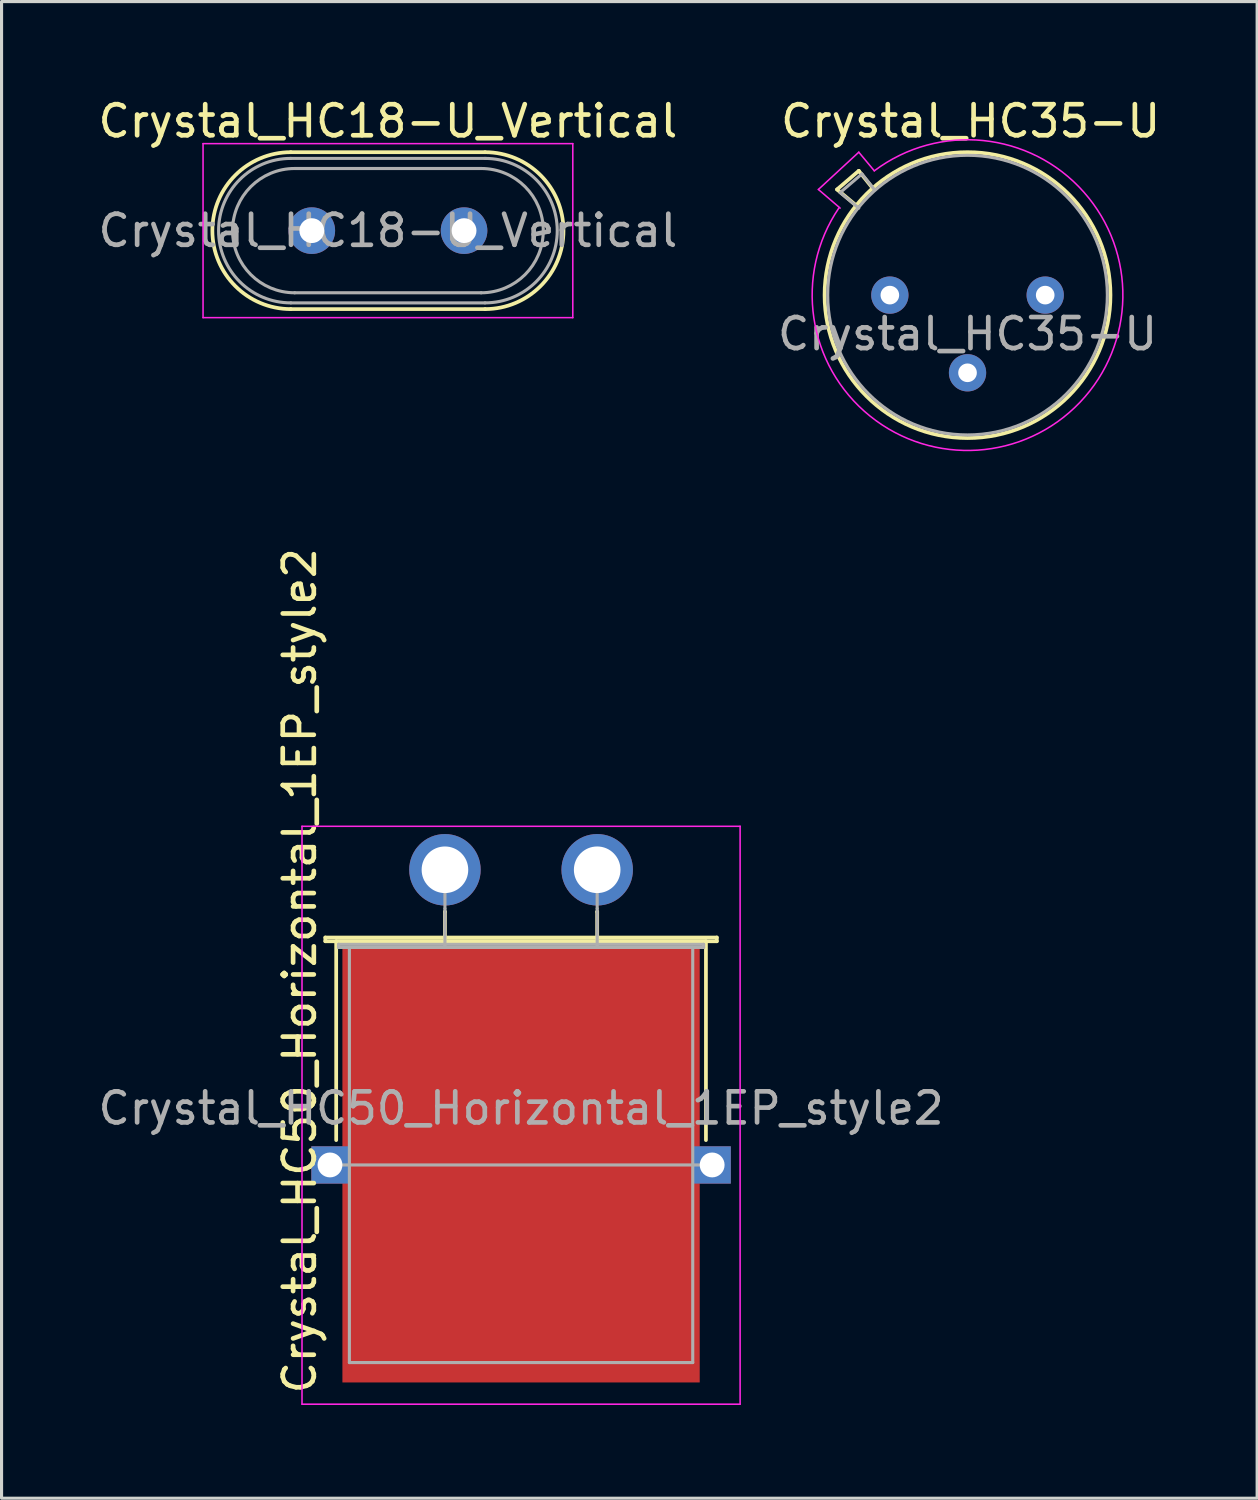
<source format=kicad_pcb>
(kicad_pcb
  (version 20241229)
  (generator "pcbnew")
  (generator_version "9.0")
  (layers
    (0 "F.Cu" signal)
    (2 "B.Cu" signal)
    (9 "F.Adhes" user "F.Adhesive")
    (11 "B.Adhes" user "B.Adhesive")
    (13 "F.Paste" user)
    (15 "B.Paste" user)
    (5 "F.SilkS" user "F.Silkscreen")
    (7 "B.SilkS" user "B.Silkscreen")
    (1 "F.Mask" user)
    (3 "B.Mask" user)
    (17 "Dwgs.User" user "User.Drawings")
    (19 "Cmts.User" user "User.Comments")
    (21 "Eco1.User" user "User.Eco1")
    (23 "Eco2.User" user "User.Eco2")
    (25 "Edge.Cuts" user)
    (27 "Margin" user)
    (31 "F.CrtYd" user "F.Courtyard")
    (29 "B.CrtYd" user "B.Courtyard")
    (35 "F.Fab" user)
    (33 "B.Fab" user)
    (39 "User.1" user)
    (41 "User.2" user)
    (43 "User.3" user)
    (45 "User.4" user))
  (footprint "Crystal_HC35-U"
    (layer "F.Cu")
    (at 25.589 6.448)
    (property "Reference" "Crystal_HC35-U" (at 2.6 -5.6 0) (layer "F.SilkS") (effects (font (size 1 1) (thickness 0.15))))
    (attr through_hole)
    (fp_line (start -1.7 -3.4) (end -1 -4) (stroke (width 0.12) (type solid)) (layer "F.SilkS"))
    (fp_line (start -1.1 -2.9) (end -1.7 -3.4) (stroke (width 0.12) (type solid)) (layer "F.SilkS"))
    (fp_line (start -1 -4) (end -0.6 -3.5) (stroke (width 0.12) (type solid)) (layer "F.SilkS"))
    (fp_circle (center 2.5 0) (end 7.1 0) (stroke (width 0.12) (type solid)) (fill no) (layer "F.SilkS"))
    (fp_line (start -2.3 -3.4) (end -1 -4.6) (stroke (width 0.05) (type solid)) (layer "F.CrtYd"))
    (fp_line (start -1.6 -2.8) (end -2.3 -3.4) (stroke (width 0.05) (type solid)) (layer "F.CrtYd"))
    (fp_line (start -1 -4.6) (end -0.5 -4) (stroke (width 0.05) (type solid)) (layer "F.CrtYd"))
    (fp_arc (start -0.5 -4) (mid 6.119047 3.45) (end -1.638828 -2.80537) (stroke (width 0.05) (type solid)) (layer "F.CrtYd"))
    (fp_line (start -1.6 -3.3) (end -0.9 -3.9) (stroke (width 0.1) (type solid)) (layer "F.Fab"))
    (fp_line (start -1 -2.8) (end -1.6 -3.3) (stroke (width 0.1) (type solid)) (layer "F.Fab"))
    (fp_line (start -0.9 -3.9) (end -0.5 -3.4) (stroke (width 0.1) (type solid)) (layer "F.Fab"))
    (fp_circle (center 2.5 0) (end 7 0) (stroke (width 0.1) (type solid)) (fill no) (layer "F.Fab"))
    (fp_text user "${REFERENCE}" (at 2.5 1.25 0) (layer "F.Fab") (effects (font (size 1 1) (thickness 0.15))))
    (pad "1" thru_hole circle (at 0 0) (size 1.2 1.2) (drill 0.6) (layers "*.Cu" "*.Mask"))
    (pad "2" thru_hole circle (at 5 0) (size 1.2 1.2) (drill 0.6) (layers "*.Cu" "*.Mask"))
    (pad "3" thru_hole circle (at 2.5 2.5) (size 1.2 1.2) (drill 0.6) (layers "*.Cu" "*.Mask")))
  (footprint "Crystal_HC50_Horizontal_1EP_style2"
    (layer "F.Cu")
    (at 11.27 24.943)
    (property "Reference" "Crystal_HC50_Horizontal_1EP_style2" (at -4.675 3.25 90) (layer "F.SilkS") (effects (font (size 1 1) (thickness 0.15))))
    (attr through_hole)
    (fp_line (start -3.85 2.18) (end 8.75 2.18) (stroke (width 0.12) (type solid)) (layer "F.SilkS"))
    (fp_line (start -3.85 2.3) (end -3.85 2.18) (stroke (width 0.12) (type solid)) (layer "F.SilkS"))
    (fp_line (start -3.5 2.3) (end 8.4 2.3) (stroke (width 0.12) (type solid)) (layer "F.SilkS"))
    (fp_line (start -3.5 8.7) (end -3.5 2.3) (stroke (width 0.12) (type solid)) (layer "F.SilkS"))
    (fp_line (start 0 1.35) (end 0 1.35) (stroke (width 0.12) (type solid)) (layer "F.SilkS"))
    (fp_line (start 0 2.3) (end 0 1.35) (stroke (width 0.12) (type solid)) (layer "F.SilkS"))
    (fp_line (start 4.9 1.35) (end 4.9 1.35) (stroke (width 0.12) (type solid)) (layer "F.SilkS"))
    (fp_line (start 4.9 2.3) (end 4.9 1.35) (stroke (width 0.12) (type solid)) (layer "F.SilkS"))
    (fp_line (start 8.4 2.3) (end 8.4 8.7) (stroke (width 0.12) (type solid)) (layer "F.SilkS"))
    (fp_line (start 8.75 2.18) (end 8.75 2.3) (stroke (width 0.12) (type solid)) (layer "F.SilkS"))
    (fp_line (start 8.75 2.3) (end -3.85 2.3) (stroke (width 0.12) (type solid)) (layer "F.SilkS"))
    (fp_line (start -4.6 -1.4) (end -4.6 17.2) (stroke (width 0.05) (type solid)) (layer "F.CrtYd"))
    (fp_line (start -4.6 17.2) (end 9.5 17.2) (stroke (width 0.05) (type solid)) (layer "F.CrtYd"))
    (fp_line (start 9.5 -1.4) (end -4.6 -1.4) (stroke (width 0.05) (type solid)) (layer "F.CrtYd"))
    (fp_line (start 9.5 17.2) (end 9.5 -1.4) (stroke (width 0.05) (type solid)) (layer "F.CrtYd"))
    (fp_line (start -3.7 9.5) (end 8.6 9.5) (stroke (width 0.1) (type solid)) (layer "F.Fab"))
    (fp_line (start -3.425 2.4) (end 8.325 2.4) (stroke (width 0.1) (type solid)) (layer "F.Fab"))
    (fp_line (start -3.425 2.5) (end -3.425 2.4) (stroke (width 0.1) (type solid)) (layer "F.Fab"))
    (fp_line (start -3.075 2.5) (end -3.075 15.86) (stroke (width 0.1) (type solid)) (layer "F.Fab"))
    (fp_line (start -3.075 15.86) (end 7.975 15.86) (stroke (width 0.1) (type solid)) (layer "F.Fab"))
    (fp_line (start 0 1.25) (end 0 0) (stroke (width 0.1) (type solid)) (layer "F.Fab"))
    (fp_line (start 0 2.5) (end 0 1.25) (stroke (width 0.1) (type solid)) (layer "F.Fab"))
    (fp_line (start 4.9 1.25) (end 4.9 0) (stroke (width 0.1) (type solid)) (layer "F.Fab"))
    (fp_line (start 4.9 2.5) (end 4.9 1.25) (stroke (width 0.1) (type solid)) (layer "F.Fab"))
    (fp_line (start 7.975 2.5) (end -3.075 2.5) (stroke (width 0.1) (type solid)) (layer "F.Fab"))
    (fp_line (start 7.975 15.86) (end 7.975 2.5) (stroke (width 0.1) (type solid)) (layer "F.Fab"))
    (fp_line (start 8.325 2.4) (end 8.325 2.5) (stroke (width 0.1) (type solid)) (layer "F.Fab"))
    (fp_line (start 8.325 2.5) (end -3.425 2.5) (stroke (width 0.1) (type solid)) (layer "F.Fab"))
    (fp_text user "${REFERENCE}" (at 2.45 7.675 0) (layer "F.Fab") (effects (font (size 1 1) (thickness 0.15))))
    (pad "1" thru_hole circle (at 0 0) (size 2.3 2.3) (drill 1.5) (layers "*.Cu" "*.Mask"))
    (pad "2" thru_hole circle (at 4.9 0) (size 2.3 2.3) (drill 1.5) (layers "*.Cu" "*.Mask"))
    (pad "3" thru_hole rect (at -3.7 9.5) (size 1.2 1.2) (drill 0.8) (layers "*.Cu" "*.Mask"))
    (pad "3" smd rect (at 2.45 9.5) (size 11.5 14) (layers "F.Cu" "F.Mask" "F.Paste"))
    (pad "3" thru_hole rect (at 8.6 9.5) (size 1.2 1.2) (drill 0.8) (layers "*.Cu" "*.Mask")))
  (footprint "Crystal_HC18-U_Vertical"
    (layer "F.Cu")
    (at 6.985 4.373)
    (property "Reference" "Crystal_HC18-U_Vertical" (at 2.45 -3.525 0) (layer "F.SilkS") (effects (font (size 1 1) (thickness 0.15))))
    (attr through_hole)
    (fp_line (start -0.675 -2.525) (end 5.575 -2.525) (stroke (width 0.12) (type solid)) (layer "F.SilkS"))
    (fp_line (start -0.675 2.525) (end 5.575 2.525) (stroke (width 0.12) (type solid)) (layer "F.SilkS"))
    (fp_arc (start -0.675 2.525) (mid -3.2 0) (end -0.675 -2.525) (stroke (width 0.12) (type solid)) (layer "F.SilkS"))
    (fp_arc (start 5.575 -2.525) (mid 8.1 0) (end 5.575 2.525) (stroke (width 0.12) (type solid)) (layer "F.SilkS"))
    (fp_line (start -3.5 -2.8) (end -3.5 2.8) (stroke (width 0.05) (type solid)) (layer "F.CrtYd"))
    (fp_line (start -3.5 2.8) (end 8.4 2.8) (stroke (width 0.05) (type solid)) (layer "F.CrtYd"))
    (fp_line (start 8.4 -2.8) (end -3.5 -2.8) (stroke (width 0.05) (type solid)) (layer "F.CrtYd"))
    (fp_line (start 8.4 2.8) (end 8.4 -2.8) (stroke (width 0.05) (type solid)) (layer "F.CrtYd"))
    (fp_line (start -0.675 -2.325) (end 5.575 -2.325) (stroke (width 0.1) (type solid)) (layer "F.Fab"))
    (fp_line (start -0.675 2.325) (end 5.575 2.325) (stroke (width 0.1) (type solid)) (layer "F.Fab"))
    (fp_line (start -0.55 -2) (end 5.45 -2) (stroke (width 0.1) (type solid)) (layer "F.Fab"))
    (fp_line (start -0.55 2) (end 5.45 2) (stroke (width 0.1) (type solid)) (layer "F.Fab"))
    (fp_arc (start -0.675 2.325) (mid -3 0) (end -0.675 -2.325) (stroke (width 0.1) (type solid)) (layer "F.Fab"))
    (fp_arc (start -0.55 2) (mid -2.55 0) (end -0.55 -2) (stroke (width 0.1) (type solid)) (layer "F.Fab"))
    (fp_arc (start 5.45 -2) (mid 7.45 0) (end 5.45 2) (stroke (width 0.1) (type solid)) (layer "F.Fab"))
    (fp_arc (start 5.575 -2.325) (mid 7.9 0) (end 5.575 2.325) (stroke (width 0.1) (type solid)) (layer "F.Fab"))
    (fp_text user "${REFERENCE}" (at 2.45 0 0) (layer "F.Fab") (effects (font (size 1 1) (thickness 0.15))))
    (pad "1" thru_hole circle (at 0 0) (size 1.5 1.5) (drill 0.8) (layers "*.Cu" "*.Mask"))
    (pad "2" thru_hole circle (at 4.9 0) (size 1.5 1.5) (drill 0.8) (layers "*.Cu" "*.Mask")))
  (gr_rect
    (start -3 -3)
    (end 37.41 45.168)
    (stroke (width 0.1) (type default))
    (fill no)
    (layer "Edge.Cuts")))
</source>
